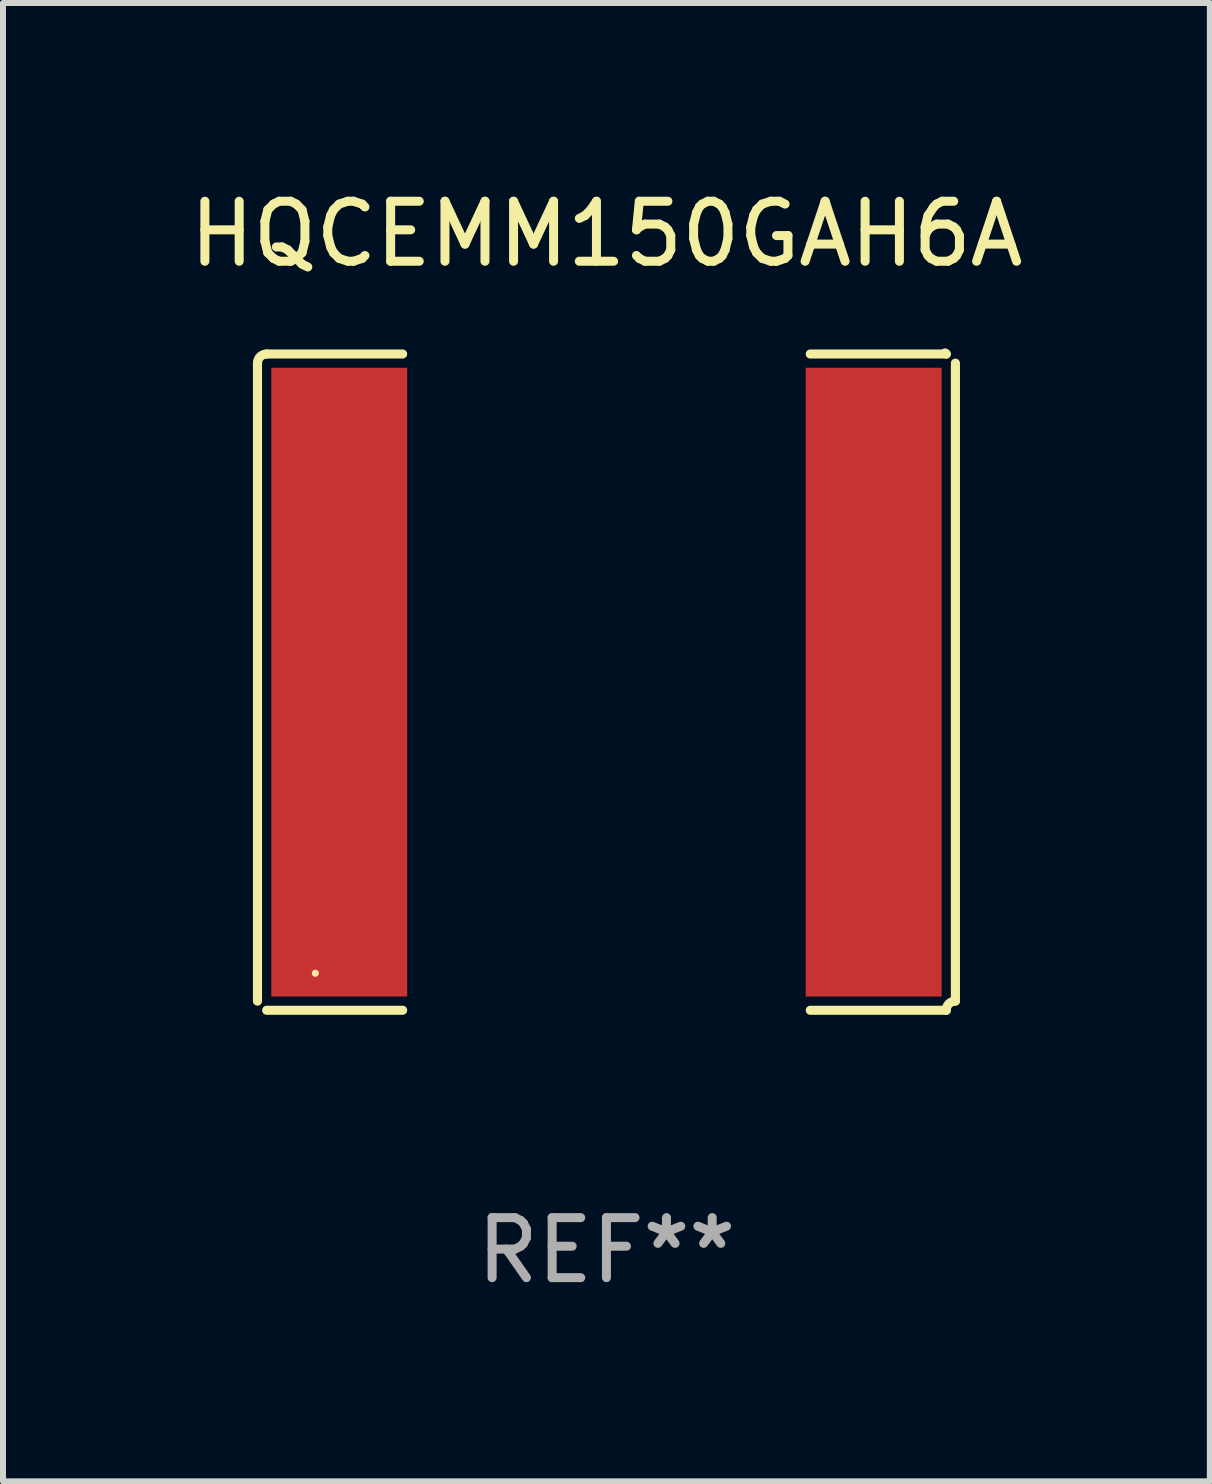
<source format=kicad_pcb>
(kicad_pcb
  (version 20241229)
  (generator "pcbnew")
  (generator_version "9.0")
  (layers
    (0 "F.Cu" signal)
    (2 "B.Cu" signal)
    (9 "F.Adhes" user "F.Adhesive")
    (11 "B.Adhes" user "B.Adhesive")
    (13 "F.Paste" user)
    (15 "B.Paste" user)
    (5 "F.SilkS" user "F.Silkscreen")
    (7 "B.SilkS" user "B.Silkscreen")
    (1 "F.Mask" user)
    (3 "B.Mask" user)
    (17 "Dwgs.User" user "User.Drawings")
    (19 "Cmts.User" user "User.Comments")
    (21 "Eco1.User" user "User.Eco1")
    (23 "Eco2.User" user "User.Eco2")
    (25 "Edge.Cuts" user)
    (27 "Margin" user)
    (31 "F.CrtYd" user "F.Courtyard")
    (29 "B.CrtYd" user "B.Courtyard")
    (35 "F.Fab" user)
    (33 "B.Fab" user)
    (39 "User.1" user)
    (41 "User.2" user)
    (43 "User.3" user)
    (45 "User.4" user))
  (footprint "HQCEMM150GAH6A"
    (layer "F.Cu")
    (at 7.054 8.315)
    (property "Reference" "HQCEMM150GAH6A" (at 0 -7.467 0) (layer "F.SilkS") (effects (font (size 1 1) (thickness 0.15))))
    (attr through_hole)
    (fp_line (start -5.814 -5.314) (end -5.814 5.314) (stroke (width 0.152) (type solid)) (layer "F.SilkS"))
    (fp_line (start -5.661 5.467) (end -3.396 5.467) (stroke (width 0.152) (type solid)) (layer "F.SilkS"))
    (fp_line (start -3.396 -5.467) (end -5.661 -5.467) (stroke (width 0.152) (type solid)) (layer "F.SilkS"))
    (fp_line (start 3.396 -5.467) (end 5.661 -5.467) (stroke (width 0.152) (type solid)) (layer "F.SilkS"))
    (fp_line (start 5.661 5.467) (end 3.396 5.467) (stroke (width 0.152) (type solid)) (layer "F.SilkS"))
    (fp_line (start 5.814 -5.314) (end 5.814 5.314) (stroke (width 0.152) (type solid)) (layer "F.SilkS"))
    (fp_arc (start -5.813599 -5.314201) (mid -5.768962 -5.421963) (end -5.661199 -5.466599) (stroke (width 0.1524) (type solid)) (layer "F.SilkS"))
    (fp_arc (start -5.813599 5.314201) (mid -5.804682 5.323116) (end -5.795765 5.332031) (stroke (width 0.1524) (type solid)) (layer "F.SilkS"))
    (fp_arc (start 5.661199 -5.466599) (mid 5.652283 -5.475515) (end 5.643366 -5.48443) (stroke (width 0.1524) (type solid)) (layer "F.SilkS"))
    (fp_arc (start 5.661199 5.466599) (mid 5.705836 5.358837) (end 5.813599 5.314201) (stroke (width 0.1524) (type solid)) (layer "F.SilkS"))
    (fp_circle (center -4.85 4.85) (end -4.82 4.85) (stroke (width 0.06) (type solid)) (fill no) (layer "F.SilkS"))
    (fp_text user "REF**" (at 0 9.467 0) (layer "F.Fab") (effects (font (size 1 1) (thickness 0.15))))
    (pad "1" smd rect (at -4.452 0) (size 2.265 10.476) (layers "F.Cu" "F.Mask" "F.Paste"))
    (pad "2" smd rect (at 4.452 0) (size 2.265 10.476) (layers "F.Cu" "F.Mask" "F.Paste")))
  (gr_rect
    (start -3 -3)
    (end 17.107 21.63)
    (stroke (width 0.1) (type default))
    (fill no)
    (layer "Edge.Cuts")))
</source>
